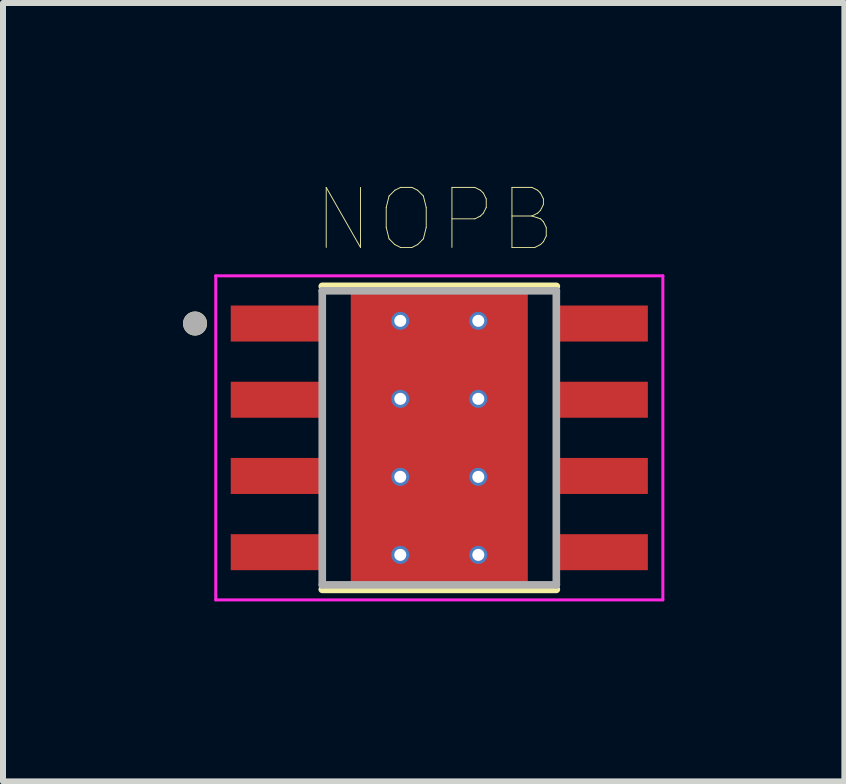
<source format=kicad_pcb>
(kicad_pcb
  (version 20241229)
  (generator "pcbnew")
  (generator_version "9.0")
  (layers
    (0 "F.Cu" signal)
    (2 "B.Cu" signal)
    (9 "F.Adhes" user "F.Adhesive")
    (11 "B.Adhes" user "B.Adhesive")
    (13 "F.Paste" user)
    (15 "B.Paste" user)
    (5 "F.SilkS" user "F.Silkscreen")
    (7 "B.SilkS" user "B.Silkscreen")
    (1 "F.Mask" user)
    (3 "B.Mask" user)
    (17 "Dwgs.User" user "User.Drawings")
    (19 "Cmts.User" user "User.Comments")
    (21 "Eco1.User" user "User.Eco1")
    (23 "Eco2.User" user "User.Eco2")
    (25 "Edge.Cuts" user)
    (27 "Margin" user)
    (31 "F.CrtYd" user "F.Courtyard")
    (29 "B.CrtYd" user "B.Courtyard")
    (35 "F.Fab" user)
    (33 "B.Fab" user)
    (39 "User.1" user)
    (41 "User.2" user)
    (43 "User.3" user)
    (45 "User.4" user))
  (footprint "NOPB"
    (layer "F.Cu")
    (at 4.27 4.246)
    (property "Reference" "NOPB" (at -0.075 -3.635 0) (layer "F.SilkS") (effects (font (size 1 1) (thickness 0.015))))
    (attr through_hole)
    (fp_poly (pts (xy -1.355 -1.7) (xy 1.355 -1.7) (xy 1.355 1.7) (xy -1.355 1.7)) (stroke (width 0.01) (type solid)) (fill yes) (layer "F.Mask"))
    (fp_poly (pts (xy -1.905 -1.535) (xy -3.495 -1.535) (xy -3.498 -1.535) (xy -3.5 -1.535) (xy -3.503 -1.536) (xy -3.505 -1.536) (xy -3.508 -1.537) (xy -3.51 -1.537) (xy -3.513 -1.538) (xy -3.515 -1.539) (xy -3.518 -1.54) (xy -3.52 -1.542) (xy -3.522 -1.543) (xy -3.524 -1.545) (xy -3.526 -1.546) (xy -3.528 -1.548) (xy -3.53 -1.55) (xy -3.532 -1.552) (xy -3.534 -1.554) (xy -3.535 -1.556) (xy -3.537 -1.558) (xy -3.538 -1.56) (xy -3.54 -1.562) (xy -3.541 -1.565) (xy -3.542 -1.567) (xy -3.543 -1.57) (xy -3.543 -1.572) (xy -3.544 -1.575) (xy -3.544 -1.577) (xy -3.545 -1.58) (xy -3.545 -1.582) (xy -3.545 -1.585) (xy -3.545 -2.225) (xy -3.545 -2.228) (xy -3.545 -2.23) (xy -3.544 -2.233) (xy -3.544 -2.235) (xy -3.543 -2.238) (xy -3.543 -2.24) (xy -3.542 -2.243) (xy -3.541 -2.245) (xy -3.54 -2.248) (xy -3.538 -2.25) (xy -3.537 -2.252) (xy -3.535 -2.254) (xy -3.534 -2.256) (xy -3.532 -2.258) (xy -3.53 -2.26) (xy -3.528 -2.262) (xy -3.526 -2.264) (xy -3.524 -2.265) (xy -3.522 -2.267) (xy -3.52 -2.268) (xy -3.518 -2.27) (xy -3.515 -2.271) (xy -3.513 -2.272) (xy -3.51 -2.273) (xy -3.508 -2.273) (xy -3.505 -2.274) (xy -3.503 -2.274) (xy -3.5 -2.275) (xy -3.498 -2.275) (xy -3.495 -2.275) (xy -1.905 -2.275) (xy -1.902 -2.275) (xy -1.9 -2.275) (xy -1.897 -2.274) (xy -1.895 -2.274) (xy -1.892 -2.273) (xy -1.89 -2.273) (xy -1.887 -2.272) (xy -1.885 -2.271) (xy -1.882 -2.27) (xy -1.88 -2.268) (xy -1.878 -2.267) (xy -1.876 -2.265) (xy -1.874 -2.264) (xy -1.872 -2.262) (xy -1.87 -2.26) (xy -1.868 -2.258) (xy -1.866 -2.256) (xy -1.865 -2.254) (xy -1.863 -2.252) (xy -1.862 -2.25) (xy -1.86 -2.248) (xy -1.859 -2.245) (xy -1.858 -2.243) (xy -1.857 -2.24) (xy -1.857 -2.238) (xy -1.856 -2.235) (xy -1.856 -2.233) (xy -1.855 -2.23) (xy -1.855 -2.228) (xy -1.855 -2.225) (xy -1.855 -1.585) (xy -1.855 -1.582) (xy -1.855 -1.58) (xy -1.856 -1.577) (xy -1.856 -1.575) (xy -1.857 -1.572) (xy -1.857 -1.57) (xy -1.858 -1.567) (xy -1.859 -1.565) (xy -1.86 -1.562) (xy -1.862 -1.56) (xy -1.863 -1.558) (xy -1.865 -1.556) (xy -1.866 -1.554) (xy -1.868 -1.552) (xy -1.87 -1.55) (xy -1.872 -1.548) (xy -1.874 -1.546) (xy -1.876 -1.545) (xy -1.878 -1.543) (xy -1.88 -1.542) (xy -1.882 -1.54) (xy -1.885 -1.539) (xy -1.887 -1.538) (xy -1.89 -1.537) (xy -1.892 -1.537) (xy -1.895 -1.536) (xy -1.897 -1.536) (xy -1.9 -1.535) (xy -1.902 -1.535) (xy -1.905 -1.535)) (stroke (width 0.01) (type solid)) (fill yes) (layer "F.Mask"))
    (fp_poly (pts (xy -1.905 -0.265) (xy -3.495 -0.265) (xy -3.498 -0.265) (xy -3.5 -0.265) (xy -3.503 -0.266) (xy -3.505 -0.266) (xy -3.508 -0.267) (xy -3.51 -0.267) (xy -3.513 -0.268) (xy -3.515 -0.269) (xy -3.518 -0.27) (xy -3.52 -0.272) (xy -3.522 -0.273) (xy -3.524 -0.275) (xy -3.526 -0.276) (xy -3.528 -0.278) (xy -3.53 -0.28) (xy -3.532 -0.282) (xy -3.534 -0.284) (xy -3.535 -0.286) (xy -3.537 -0.288) (xy -3.538 -0.29) (xy -3.54 -0.292) (xy -3.541 -0.295) (xy -3.542 -0.297) (xy -3.543 -0.3) (xy -3.543 -0.302) (xy -3.544 -0.305) (xy -3.544 -0.307) (xy -3.545 -0.31) (xy -3.545 -0.312) (xy -3.545 -0.315) (xy -3.545 -0.955) (xy -3.545 -0.958) (xy -3.545 -0.96) (xy -3.544 -0.963) (xy -3.544 -0.965) (xy -3.543 -0.968) (xy -3.543 -0.97) (xy -3.542 -0.973) (xy -3.541 -0.975) (xy -3.54 -0.978) (xy -3.538 -0.98) (xy -3.537 -0.982) (xy -3.535 -0.984) (xy -3.534 -0.986) (xy -3.532 -0.988) (xy -3.53 -0.99) (xy -3.528 -0.992) (xy -3.526 -0.994) (xy -3.524 -0.995) (xy -3.522 -0.997) (xy -3.52 -0.998) (xy -3.518 -1) (xy -3.515 -1.001) (xy -3.513 -1.002) (xy -3.51 -1.003) (xy -3.508 -1.003) (xy -3.505 -1.004) (xy -3.503 -1.004) (xy -3.5 -1.005) (xy -3.498 -1.005) (xy -3.495 -1.005) (xy -1.905 -1.005) (xy -1.902 -1.005) (xy -1.9 -1.005) (xy -1.897 -1.004) (xy -1.895 -1.004) (xy -1.892 -1.003) (xy -1.89 -1.003) (xy -1.887 -1.002) (xy -1.885 -1.001) (xy -1.882 -1) (xy -1.88 -0.998) (xy -1.878 -0.997) (xy -1.876 -0.995) (xy -1.874 -0.994) (xy -1.872 -0.992) (xy -1.87 -0.99) (xy -1.868 -0.988) (xy -1.866 -0.986) (xy -1.865 -0.984) (xy -1.863 -0.982) (xy -1.862 -0.98) (xy -1.86 -0.978) (xy -1.859 -0.975) (xy -1.858 -0.973) (xy -1.857 -0.97) (xy -1.857 -0.968) (xy -1.856 -0.965) (xy -1.856 -0.963) (xy -1.855 -0.96) (xy -1.855 -0.958) (xy -1.855 -0.955) (xy -1.855 -0.315) (xy -1.855 -0.312) (xy -1.855 -0.31) (xy -1.856 -0.307) (xy -1.856 -0.305) (xy -1.857 -0.302) (xy -1.857 -0.3) (xy -1.858 -0.297) (xy -1.859 -0.295) (xy -1.86 -0.292) (xy -1.862 -0.29) (xy -1.863 -0.288) (xy -1.865 -0.286) (xy -1.866 -0.284) (xy -1.868 -0.282) (xy -1.87 -0.28) (xy -1.872 -0.278) (xy -1.874 -0.276) (xy -1.876 -0.275) (xy -1.878 -0.273) (xy -1.88 -0.272) (xy -1.882 -0.27) (xy -1.885 -0.269) (xy -1.887 -0.268) (xy -1.89 -0.267) (xy -1.892 -0.267) (xy -1.895 -0.266) (xy -1.897 -0.266) (xy -1.9 -0.265) (xy -1.902 -0.265) (xy -1.905 -0.265)) (stroke (width 0.01) (type solid)) (fill yes) (layer "F.Mask"))
    (fp_poly (pts (xy -1.905 1.005) (xy -3.495 1.005) (xy -3.498 1.005) (xy -3.5 1.005) (xy -3.503 1.004) (xy -3.505 1.004) (xy -3.508 1.003) (xy -3.51 1.003) (xy -3.513 1.002) (xy -3.515 1.001) (xy -3.518 1) (xy -3.52 0.998) (xy -3.522 0.997) (xy -3.524 0.995) (xy -3.526 0.994) (xy -3.528 0.992) (xy -3.53 0.99) (xy -3.532 0.988) (xy -3.534 0.986) (xy -3.535 0.984) (xy -3.537 0.982) (xy -3.538 0.98) (xy -3.54 0.978) (xy -3.541 0.975) (xy -3.542 0.973) (xy -3.543 0.97) (xy -3.543 0.968) (xy -3.544 0.965) (xy -3.544 0.963) (xy -3.545 0.96) (xy -3.545 0.958) (xy -3.545 0.955) (xy -3.545 0.315) (xy -3.545 0.312) (xy -3.545 0.31) (xy -3.544 0.307) (xy -3.544 0.305) (xy -3.543 0.302) (xy -3.543 0.3) (xy -3.542 0.297) (xy -3.541 0.295) (xy -3.54 0.292) (xy -3.538 0.29) (xy -3.537 0.288) (xy -3.535 0.286) (xy -3.534 0.284) (xy -3.532 0.282) (xy -3.53 0.28) (xy -3.528 0.278) (xy -3.526 0.276) (xy -3.524 0.275) (xy -3.522 0.273) (xy -3.52 0.272) (xy -3.518 0.27) (xy -3.515 0.269) (xy -3.513 0.268) (xy -3.51 0.267) (xy -3.508 0.267) (xy -3.505 0.266) (xy -3.503 0.266) (xy -3.5 0.265) (xy -3.498 0.265) (xy -3.495 0.265) (xy -1.905 0.265) (xy -1.902 0.265) (xy -1.9 0.265) (xy -1.897 0.266) (xy -1.895 0.266) (xy -1.892 0.267) (xy -1.89 0.267) (xy -1.887 0.268) (xy -1.885 0.269) (xy -1.882 0.27) (xy -1.88 0.272) (xy -1.878 0.273) (xy -1.876 0.275) (xy -1.874 0.276) (xy -1.872 0.278) (xy -1.87 0.28) (xy -1.868 0.282) (xy -1.866 0.284) (xy -1.865 0.286) (xy -1.863 0.288) (xy -1.862 0.29) (xy -1.86 0.292) (xy -1.859 0.295) (xy -1.858 0.297) (xy -1.857 0.3) (xy -1.857 0.302) (xy -1.856 0.305) (xy -1.856 0.307) (xy -1.855 0.31) (xy -1.855 0.312) (xy -1.855 0.315) (xy -1.855 0.955) (xy -1.855 0.958) (xy -1.855 0.96) (xy -1.856 0.963) (xy -1.856 0.965) (xy -1.857 0.968) (xy -1.857 0.97) (xy -1.858 0.973) (xy -1.859 0.975) (xy -1.86 0.978) (xy -1.862 0.98) (xy -1.863 0.982) (xy -1.865 0.984) (xy -1.866 0.986) (xy -1.868 0.988) (xy -1.87 0.99) (xy -1.872 0.992) (xy -1.874 0.994) (xy -1.876 0.995) (xy -1.878 0.997) (xy -1.88 0.998) (xy -1.882 1) (xy -1.885 1.001) (xy -1.887 1.002) (xy -1.89 1.003) (xy -1.892 1.003) (xy -1.895 1.004) (xy -1.897 1.004) (xy -1.9 1.005) (xy -1.902 1.005) (xy -1.905 1.005)) (stroke (width 0.01) (type solid)) (fill yes) (layer "F.Mask"))
    (fp_poly (pts (xy -1.905 2.275) (xy -3.495 2.275) (xy -3.498 2.275) (xy -3.5 2.275) (xy -3.503 2.274) (xy -3.505 2.274) (xy -3.508 2.273) (xy -3.51 2.273) (xy -3.513 2.272) (xy -3.515 2.271) (xy -3.518 2.27) (xy -3.52 2.268) (xy -3.522 2.267) (xy -3.524 2.265) (xy -3.526 2.264) (xy -3.528 2.262) (xy -3.53 2.26) (xy -3.532 2.258) (xy -3.534 2.256) (xy -3.535 2.254) (xy -3.537 2.252) (xy -3.538 2.25) (xy -3.54 2.248) (xy -3.541 2.245) (xy -3.542 2.243) (xy -3.543 2.24) (xy -3.543 2.238) (xy -3.544 2.235) (xy -3.544 2.233) (xy -3.545 2.23) (xy -3.545 2.228) (xy -3.545 2.225) (xy -3.545 1.585) (xy -3.545 1.582) (xy -3.545 1.58) (xy -3.544 1.577) (xy -3.544 1.575) (xy -3.543 1.572) (xy -3.543 1.57) (xy -3.542 1.567) (xy -3.541 1.565) (xy -3.54 1.562) (xy -3.538 1.56) (xy -3.537 1.558) (xy -3.535 1.556) (xy -3.534 1.554) (xy -3.532 1.552) (xy -3.53 1.55) (xy -3.528 1.548) (xy -3.526 1.546) (xy -3.524 1.545) (xy -3.522 1.543) (xy -3.52 1.542) (xy -3.518 1.54) (xy -3.515 1.539) (xy -3.513 1.538) (xy -3.51 1.537) (xy -3.508 1.537) (xy -3.505 1.536) (xy -3.503 1.536) (xy -3.5 1.535) (xy -3.498 1.535) (xy -3.495 1.535) (xy -1.905 1.535) (xy -1.902 1.535) (xy -1.9 1.535) (xy -1.897 1.536) (xy -1.895 1.536) (xy -1.892 1.537) (xy -1.89 1.537) (xy -1.887 1.538) (xy -1.885 1.539) (xy -1.882 1.54) (xy -1.88 1.542) (xy -1.878 1.543) (xy -1.876 1.545) (xy -1.874 1.546) (xy -1.872 1.548) (xy -1.87 1.55) (xy -1.868 1.552) (xy -1.866 1.554) (xy -1.865 1.556) (xy -1.863 1.558) (xy -1.862 1.56) (xy -1.86 1.562) (xy -1.859 1.565) (xy -1.858 1.567) (xy -1.857 1.57) (xy -1.857 1.572) (xy -1.856 1.575) (xy -1.856 1.577) (xy -1.855 1.58) (xy -1.855 1.582) (xy -1.855 1.585) (xy -1.855 2.225) (xy -1.855 2.228) (xy -1.855 2.23) (xy -1.856 2.233) (xy -1.856 2.235) (xy -1.857 2.238) (xy -1.857 2.24) (xy -1.858 2.243) (xy -1.859 2.245) (xy -1.86 2.248) (xy -1.862 2.25) (xy -1.863 2.252) (xy -1.865 2.254) (xy -1.866 2.256) (xy -1.868 2.258) (xy -1.87 2.26) (xy -1.872 2.262) (xy -1.874 2.264) (xy -1.876 2.265) (xy -1.878 2.267) (xy -1.88 2.268) (xy -1.882 2.27) (xy -1.885 2.271) (xy -1.887 2.272) (xy -1.89 2.273) (xy -1.892 2.273) (xy -1.895 2.274) (xy -1.897 2.274) (xy -1.9 2.275) (xy -1.902 2.275) (xy -1.905 2.275)) (stroke (width 0.01) (type solid)) (fill yes) (layer "F.Mask"))
    (fp_poly (pts (xy 3.495 -1.535) (xy 1.905 -1.535) (xy 1.902 -1.535) (xy 1.9 -1.535) (xy 1.897 -1.536) (xy 1.895 -1.536) (xy 1.892 -1.537) (xy 1.89 -1.537) (xy 1.887 -1.538) (xy 1.885 -1.539) (xy 1.882 -1.54) (xy 1.88 -1.542) (xy 1.878 -1.543) (xy 1.876 -1.545) (xy 1.874 -1.546) (xy 1.872 -1.548) (xy 1.87 -1.55) (xy 1.868 -1.552) (xy 1.866 -1.554) (xy 1.865 -1.556) (xy 1.863 -1.558) (xy 1.862 -1.56) (xy 1.86 -1.562) (xy 1.859 -1.565) (xy 1.858 -1.567) (xy 1.857 -1.57) (xy 1.857 -1.572) (xy 1.856 -1.575) (xy 1.856 -1.577) (xy 1.855 -1.58) (xy 1.855 -1.582) (xy 1.855 -1.585) (xy 1.855 -2.225) (xy 1.855 -2.228) (xy 1.855 -2.23) (xy 1.856 -2.233) (xy 1.856 -2.235) (xy 1.857 -2.238) (xy 1.857 -2.24) (xy 1.858 -2.243) (xy 1.859 -2.245) (xy 1.86 -2.248) (xy 1.862 -2.25) (xy 1.863 -2.252) (xy 1.865 -2.254) (xy 1.866 -2.256) (xy 1.868 -2.258) (xy 1.87 -2.26) (xy 1.872 -2.262) (xy 1.874 -2.264) (xy 1.876 -2.265) (xy 1.878 -2.267) (xy 1.88 -2.268) (xy 1.882 -2.27) (xy 1.885 -2.271) (xy 1.887 -2.272) (xy 1.89 -2.273) (xy 1.892 -2.273) (xy 1.895 -2.274) (xy 1.897 -2.274) (xy 1.9 -2.275) (xy 1.902 -2.275) (xy 1.905 -2.275) (xy 3.495 -2.275) (xy 3.498 -2.275) (xy 3.5 -2.275) (xy 3.503 -2.274) (xy 3.505 -2.274) (xy 3.508 -2.273) (xy 3.51 -2.273) (xy 3.513 -2.272) (xy 3.515 -2.271) (xy 3.518 -2.27) (xy 3.52 -2.268) (xy 3.522 -2.267) (xy 3.524 -2.265) (xy 3.526 -2.264) (xy 3.528 -2.262) (xy 3.53 -2.26) (xy 3.532 -2.258) (xy 3.534 -2.256) (xy 3.535 -2.254) (xy 3.537 -2.252) (xy 3.538 -2.25) (xy 3.54 -2.248) (xy 3.541 -2.245) (xy 3.542 -2.243) (xy 3.543 -2.24) (xy 3.543 -2.238) (xy 3.544 -2.235) (xy 3.544 -2.233) (xy 3.545 -2.23) (xy 3.545 -2.228) (xy 3.545 -2.225) (xy 3.545 -1.585) (xy 3.545 -1.582) (xy 3.545 -1.58) (xy 3.544 -1.577) (xy 3.544 -1.575) (xy 3.543 -1.572) (xy 3.543 -1.57) (xy 3.542 -1.567) (xy 3.541 -1.565) (xy 3.54 -1.562) (xy 3.538 -1.56) (xy 3.537 -1.558) (xy 3.535 -1.556) (xy 3.534 -1.554) (xy 3.532 -1.552) (xy 3.53 -1.55) (xy 3.528 -1.548) (xy 3.526 -1.546) (xy 3.524 -1.545) (xy 3.522 -1.543) (xy 3.52 -1.542) (xy 3.518 -1.54) (xy 3.515 -1.539) (xy 3.513 -1.538) (xy 3.51 -1.537) (xy 3.508 -1.537) (xy 3.505 -1.536) (xy 3.503 -1.536) (xy 3.5 -1.535) (xy 3.498 -1.535) (xy 3.495 -1.535)) (stroke (width 0.01) (type solid)) (fill yes) (layer "F.Mask"))
    (fp_poly (pts (xy 3.495 -0.265) (xy 1.905 -0.265) (xy 1.902 -0.265) (xy 1.9 -0.265) (xy 1.897 -0.266) (xy 1.895 -0.266) (xy 1.892 -0.267) (xy 1.89 -0.267) (xy 1.887 -0.268) (xy 1.885 -0.269) (xy 1.882 -0.27) (xy 1.88 -0.272) (xy 1.878 -0.273) (xy 1.876 -0.275) (xy 1.874 -0.276) (xy 1.872 -0.278) (xy 1.87 -0.28) (xy 1.868 -0.282) (xy 1.866 -0.284) (xy 1.865 -0.286) (xy 1.863 -0.288) (xy 1.862 -0.29) (xy 1.86 -0.292) (xy 1.859 -0.295) (xy 1.858 -0.297) (xy 1.857 -0.3) (xy 1.857 -0.302) (xy 1.856 -0.305) (xy 1.856 -0.307) (xy 1.855 -0.31) (xy 1.855 -0.312) (xy 1.855 -0.315) (xy 1.855 -0.955) (xy 1.855 -0.958) (xy 1.855 -0.96) (xy 1.856 -0.963) (xy 1.856 -0.965) (xy 1.857 -0.968) (xy 1.857 -0.97) (xy 1.858 -0.973) (xy 1.859 -0.975) (xy 1.86 -0.978) (xy 1.862 -0.98) (xy 1.863 -0.982) (xy 1.865 -0.984) (xy 1.866 -0.986) (xy 1.868 -0.988) (xy 1.87 -0.99) (xy 1.872 -0.992) (xy 1.874 -0.994) (xy 1.876 -0.995) (xy 1.878 -0.997) (xy 1.88 -0.998) (xy 1.882 -1) (xy 1.885 -1.001) (xy 1.887 -1.002) (xy 1.89 -1.003) (xy 1.892 -1.003) (xy 1.895 -1.004) (xy 1.897 -1.004) (xy 1.9 -1.005) (xy 1.902 -1.005) (xy 1.905 -1.005) (xy 3.495 -1.005) (xy 3.498 -1.005) (xy 3.5 -1.005) (xy 3.503 -1.004) (xy 3.505 -1.004) (xy 3.508 -1.003) (xy 3.51 -1.003) (xy 3.513 -1.002) (xy 3.515 -1.001) (xy 3.518 -1) (xy 3.52 -0.998) (xy 3.522 -0.997) (xy 3.524 -0.995) (xy 3.526 -0.994) (xy 3.528 -0.992) (xy 3.53 -0.99) (xy 3.532 -0.988) (xy 3.534 -0.986) (xy 3.535 -0.984) (xy 3.537 -0.982) (xy 3.538 -0.98) (xy 3.54 -0.978) (xy 3.541 -0.975) (xy 3.542 -0.973) (xy 3.543 -0.97) (xy 3.543 -0.968) (xy 3.544 -0.965) (xy 3.544 -0.963) (xy 3.545 -0.96) (xy 3.545 -0.958) (xy 3.545 -0.955) (xy 3.545 -0.315) (xy 3.545 -0.312) (xy 3.545 -0.31) (xy 3.544 -0.307) (xy 3.544 -0.305) (xy 3.543 -0.302) (xy 3.543 -0.3) (xy 3.542 -0.297) (xy 3.541 -0.295) (xy 3.54 -0.292) (xy 3.538 -0.29) (xy 3.537 -0.288) (xy 3.535 -0.286) (xy 3.534 -0.284) (xy 3.532 -0.282) (xy 3.53 -0.28) (xy 3.528 -0.278) (xy 3.526 -0.276) (xy 3.524 -0.275) (xy 3.522 -0.273) (xy 3.52 -0.272) (xy 3.518 -0.27) (xy 3.515 -0.269) (xy 3.513 -0.268) (xy 3.51 -0.267) (xy 3.508 -0.267) (xy 3.505 -0.266) (xy 3.503 -0.266) (xy 3.5 -0.265) (xy 3.498 -0.265) (xy 3.495 -0.265)) (stroke (width 0.01) (type solid)) (fill yes) (layer "F.Mask"))
    (fp_poly (pts (xy 3.495 1.005) (xy 1.905 1.005) (xy 1.902 1.005) (xy 1.9 1.005) (xy 1.897 1.004) (xy 1.895 1.004) (xy 1.892 1.003) (xy 1.89 1.003) (xy 1.887 1.002) (xy 1.885 1.001) (xy 1.882 1) (xy 1.88 0.998) (xy 1.878 0.997) (xy 1.876 0.995) (xy 1.874 0.994) (xy 1.872 0.992) (xy 1.87 0.99) (xy 1.868 0.988) (xy 1.866 0.986) (xy 1.865 0.984) (xy 1.863 0.982) (xy 1.862 0.98) (xy 1.86 0.978) (xy 1.859 0.975) (xy 1.858 0.973) (xy 1.857 0.97) (xy 1.857 0.968) (xy 1.856 0.965) (xy 1.856 0.963) (xy 1.855 0.96) (xy 1.855 0.958) (xy 1.855 0.955) (xy 1.855 0.315) (xy 1.855 0.312) (xy 1.855 0.31) (xy 1.856 0.307) (xy 1.856 0.305) (xy 1.857 0.302) (xy 1.857 0.3) (xy 1.858 0.297) (xy 1.859 0.295) (xy 1.86 0.292) (xy 1.862 0.29) (xy 1.863 0.288) (xy 1.865 0.286) (xy 1.866 0.284) (xy 1.868 0.282) (xy 1.87 0.28) (xy 1.872 0.278) (xy 1.874 0.276) (xy 1.876 0.275) (xy 1.878 0.273) (xy 1.88 0.272) (xy 1.882 0.27) (xy 1.885 0.269) (xy 1.887 0.268) (xy 1.89 0.267) (xy 1.892 0.267) (xy 1.895 0.266) (xy 1.897 0.266) (xy 1.9 0.265) (xy 1.902 0.265) (xy 1.905 0.265) (xy 3.495 0.265) (xy 3.498 0.265) (xy 3.5 0.265) (xy 3.503 0.266) (xy 3.505 0.266) (xy 3.508 0.267) (xy 3.51 0.267) (xy 3.513 0.268) (xy 3.515 0.269) (xy 3.518 0.27) (xy 3.52 0.272) (xy 3.522 0.273) (xy 3.524 0.275) (xy 3.526 0.276) (xy 3.528 0.278) (xy 3.53 0.28) (xy 3.532 0.282) (xy 3.534 0.284) (xy 3.535 0.286) (xy 3.537 0.288) (xy 3.538 0.29) (xy 3.54 0.292) (xy 3.541 0.295) (xy 3.542 0.297) (xy 3.543 0.3) (xy 3.543 0.302) (xy 3.544 0.305) (xy 3.544 0.307) (xy 3.545 0.31) (xy 3.545 0.312) (xy 3.545 0.315) (xy 3.545 0.955) (xy 3.545 0.958) (xy 3.545 0.96) (xy 3.544 0.963) (xy 3.544 0.965) (xy 3.543 0.968) (xy 3.543 0.97) (xy 3.542 0.973) (xy 3.541 0.975) (xy 3.54 0.978) (xy 3.538 0.98) (xy 3.537 0.982) (xy 3.535 0.984) (xy 3.534 0.986) (xy 3.532 0.988) (xy 3.53 0.99) (xy 3.528 0.992) (xy 3.526 0.994) (xy 3.524 0.995) (xy 3.522 0.997) (xy 3.52 0.998) (xy 3.518 1) (xy 3.515 1.001) (xy 3.513 1.002) (xy 3.51 1.003) (xy 3.508 1.003) (xy 3.505 1.004) (xy 3.503 1.004) (xy 3.5 1.005) (xy 3.498 1.005) (xy 3.495 1.005)) (stroke (width 0.01) (type solid)) (fill yes) (layer "F.Mask"))
    (fp_poly (pts (xy 3.495 2.275) (xy 1.905 2.275) (xy 1.902 2.275) (xy 1.9 2.275) (xy 1.897 2.274) (xy 1.895 2.274) (xy 1.892 2.273) (xy 1.89 2.273) (xy 1.887 2.272) (xy 1.885 2.271) (xy 1.882 2.27) (xy 1.88 2.268) (xy 1.878 2.267) (xy 1.876 2.265) (xy 1.874 2.264) (xy 1.872 2.262) (xy 1.87 2.26) (xy 1.868 2.258) (xy 1.866 2.256) (xy 1.865 2.254) (xy 1.863 2.252) (xy 1.862 2.25) (xy 1.86 2.248) (xy 1.859 2.245) (xy 1.858 2.243) (xy 1.857 2.24) (xy 1.857 2.238) (xy 1.856 2.235) (xy 1.856 2.233) (xy 1.855 2.23) (xy 1.855 2.228) (xy 1.855 2.225) (xy 1.855 1.585) (xy 1.855 1.582) (xy 1.855 1.58) (xy 1.856 1.577) (xy 1.856 1.575) (xy 1.857 1.572) (xy 1.857 1.57) (xy 1.858 1.567) (xy 1.859 1.565) (xy 1.86 1.562) (xy 1.862 1.56) (xy 1.863 1.558) (xy 1.865 1.556) (xy 1.866 1.554) (xy 1.868 1.552) (xy 1.87 1.55) (xy 1.872 1.548) (xy 1.874 1.546) (xy 1.876 1.545) (xy 1.878 1.543) (xy 1.88 1.542) (xy 1.882 1.54) (xy 1.885 1.539) (xy 1.887 1.538) (xy 1.89 1.537) (xy 1.892 1.537) (xy 1.895 1.536) (xy 1.897 1.536) (xy 1.9 1.535) (xy 1.902 1.535) (xy 1.905 1.535) (xy 3.495 1.535) (xy 3.498 1.535) (xy 3.5 1.535) (xy 3.503 1.536) (xy 3.505 1.536) (xy 3.508 1.537) (xy 3.51 1.537) (xy 3.513 1.538) (xy 3.515 1.539) (xy 3.518 1.54) (xy 3.52 1.542) (xy 3.522 1.543) (xy 3.524 1.545) (xy 3.526 1.546) (xy 3.528 1.548) (xy 3.53 1.55) (xy 3.532 1.552) (xy 3.534 1.554) (xy 3.535 1.556) (xy 3.537 1.558) (xy 3.538 1.56) (xy 3.54 1.562) (xy 3.541 1.565) (xy 3.542 1.567) (xy 3.543 1.57) (xy 3.543 1.572) (xy 3.544 1.575) (xy 3.544 1.577) (xy 3.545 1.58) (xy 3.545 1.582) (xy 3.545 1.585) (xy 3.545 2.225) (xy 3.545 2.228) (xy 3.545 2.23) (xy 3.544 2.233) (xy 3.544 2.235) (xy 3.543 2.238) (xy 3.543 2.24) (xy 3.542 2.243) (xy 3.541 2.245) (xy 3.54 2.248) (xy 3.538 2.25) (xy 3.537 2.252) (xy 3.535 2.254) (xy 3.534 2.256) (xy 3.532 2.258) (xy 3.53 2.26) (xy 3.528 2.262) (xy 3.526 2.264) (xy 3.524 2.265) (xy 3.522 2.267) (xy 3.52 2.268) (xy 3.518 2.27) (xy 3.515 2.271) (xy 3.513 2.272) (xy 3.51 2.273) (xy 3.508 2.273) (xy 3.505 2.274) (xy 3.503 2.274) (xy 3.5 2.275) (xy 3.498 2.275) (xy 3.495 2.275)) (stroke (width 0.01) (type solid)) (fill yes) (layer "F.Mask"))
    (fp_line (start -1.95 -2.525) (end 1.95 -2.525) (stroke (width 0.127) (type solid)) (layer "F.SilkS"))
    (fp_line (start -1.95 2.525) (end 1.95 2.525) (stroke (width 0.127) (type solid)) (layer "F.SilkS"))
    (fp_circle (center -4.07 -1.905) (end -3.97 -1.905) (stroke (width 0.2) (type solid)) (fill no) (layer "F.SilkS"))
    (fp_poly (pts (xy -1.355 -1.7) (xy 1.355 -1.7) (xy 1.355 1.7) (xy -1.355 1.7)) (stroke (width 0.01) (type solid)) (fill yes) (layer "F.Paste"))
    (fp_line (start -3.725 -2.7) (end -3.725 2.7) (stroke (width 0.05) (type solid)) (layer "F.CrtYd"))
    (fp_line (start -3.725 -2.7) (end 3.725 -2.7) (stroke (width 0.05) (type solid)) (layer "F.CrtYd"))
    (fp_line (start -3.725 2.7) (end 3.725 2.7) (stroke (width 0.05) (type solid)) (layer "F.CrtYd"))
    (fp_line (start 3.725 -2.7) (end 3.725 2.7) (stroke (width 0.05) (type solid)) (layer "F.CrtYd"))
    (fp_line (start -1.95 -2.45) (end -1.95 2.45) (stroke (width 0.127) (type solid)) (layer "F.Fab"))
    (fp_line (start -1.95 -2.45) (end 1.95 -2.45) (stroke (width 0.127) (type solid)) (layer "F.Fab"))
    (fp_line (start -1.95 2.45) (end 1.95 2.45) (stroke (width 0.127) (type solid)) (layer "F.Fab"))
    (fp_line (start 1.95 -2.45) (end 1.95 2.45) (stroke (width 0.127) (type solid)) (layer "F.Fab"))
    (fp_circle (center -4.07 -1.905) (end -3.97 -1.905) (stroke (width 0.2) (type solid)) (fill no) (layer "F.Fab"))
    (pad "1" smd rect (at -2.7 -1.905) (size 1.55 0.6) (layers "F.Cu" "F.Paste"))
    (pad "2" smd rect (at -2.7 -0.635) (size 1.55 0.6) (layers "F.Cu" "F.Paste"))
    (pad "3" smd rect (at -2.7 0.635) (size 1.55 0.6) (layers "F.Cu" "F.Paste"))
    (pad "4" smd rect (at -2.7 1.905) (size 1.55 0.6) (layers "F.Cu" "F.Paste"))
    (pad "5" smd rect (at 2.7 1.905) (size 1.55 0.6) (layers "F.Cu" "F.Paste"))
    (pad "6" smd rect (at 2.7 0.635) (size 1.55 0.6) (layers "F.Cu" "F.Paste"))
    (pad "7" smd rect (at 2.7 -0.635) (size 1.55 0.6) (layers "F.Cu" "F.Paste"))
    (pad "8" smd rect (at 2.7 -1.905) (size 1.55 0.6) (layers "F.Cu" "F.Paste"))
    (pad "9" smd rect (at 0 0) (size 2.95 4.9) (layers "F.Cu"))
    (pad "10" thru_hole circle (at -0.65 -1.95) (size 0.3 0.3) (drill 0.2) (layers "*.Cu" "*.Mask"))
    (pad "11" thru_hole circle (at 0.65 -1.95) (size 0.3 0.3) (drill 0.2) (layers "*.Cu" "*.Mask"))
    (pad "12" thru_hole circle (at -0.65 -0.65) (size 0.3 0.3) (drill 0.2) (layers "*.Cu" "*.Mask"))
    (pad "13" thru_hole circle (at 0.65 -0.65) (size 0.3 0.3) (drill 0.2) (layers "*.Cu" "*.Mask"))
    (pad "14" thru_hole circle (at -0.65 0.65) (size 0.3 0.3) (drill 0.2) (layers "*.Cu" "*.Mask"))
    (pad "15" thru_hole circle (at 0.65 0.65) (size 0.3 0.3) (drill 0.2) (layers "*.Cu" "*.Mask"))
    (pad "16" thru_hole circle (at -0.65 1.95) (size 0.3 0.3) (drill 0.2) (layers "*.Cu" "*.Mask"))
    (pad "17" thru_hole circle (at 0.65 1.95) (size 0.3 0.3) (drill 0.2) (layers "*.Cu" "*.Mask")))
  (gr_rect
    (start -3 -3)
    (end 11.02 9.971)
    (stroke (width 0.1) (type default))
    (fill no)
    (layer "Edge.Cuts")))
</source>
